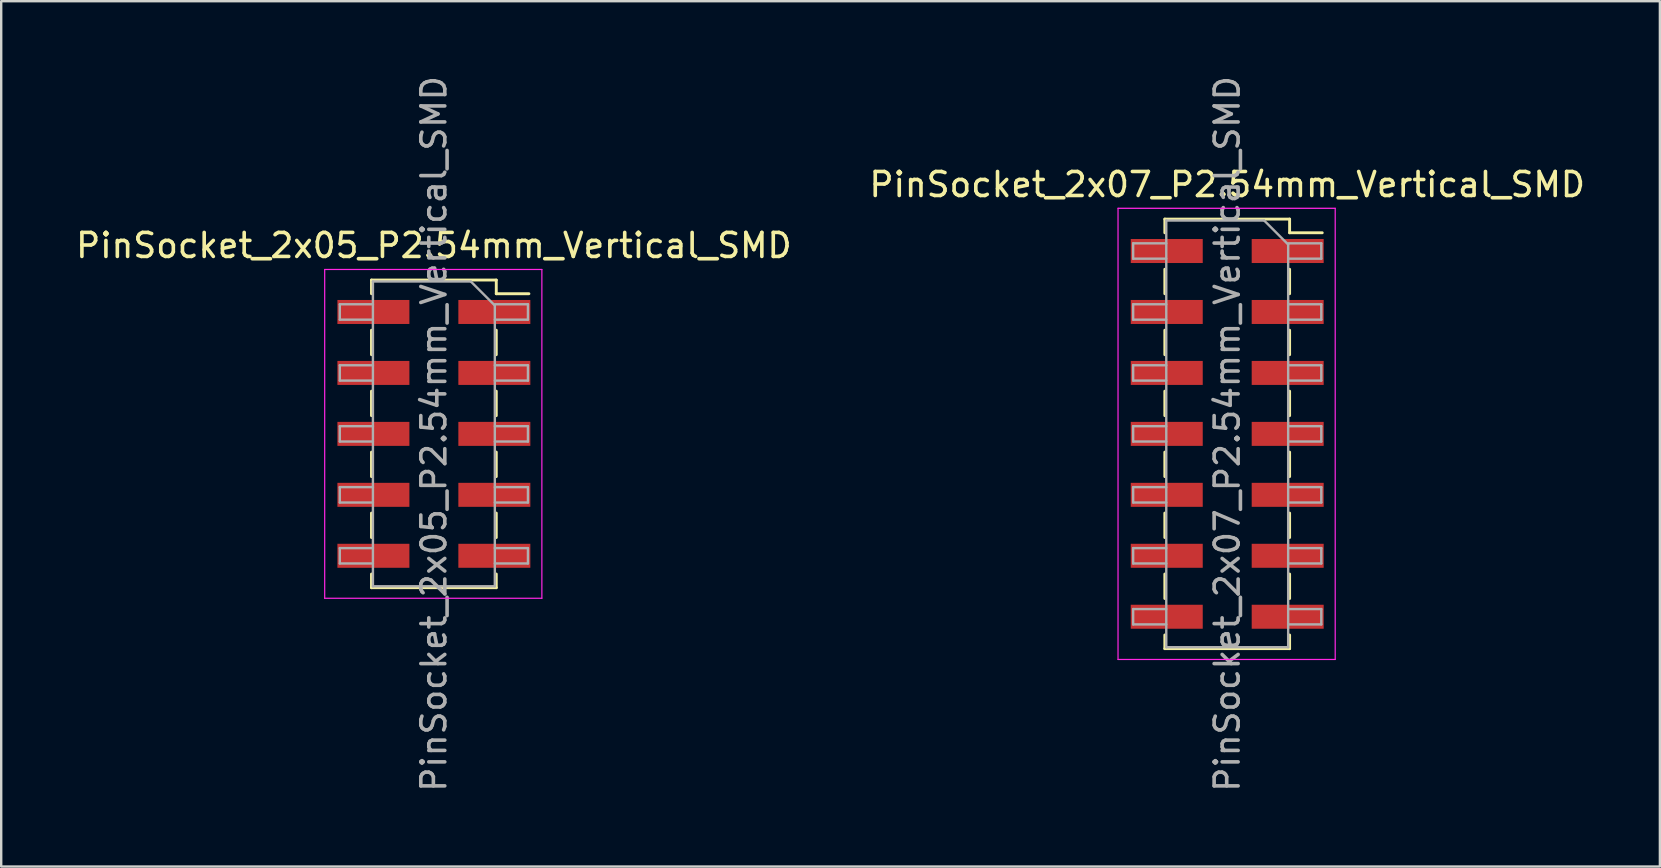
<source format=kicad_pcb>
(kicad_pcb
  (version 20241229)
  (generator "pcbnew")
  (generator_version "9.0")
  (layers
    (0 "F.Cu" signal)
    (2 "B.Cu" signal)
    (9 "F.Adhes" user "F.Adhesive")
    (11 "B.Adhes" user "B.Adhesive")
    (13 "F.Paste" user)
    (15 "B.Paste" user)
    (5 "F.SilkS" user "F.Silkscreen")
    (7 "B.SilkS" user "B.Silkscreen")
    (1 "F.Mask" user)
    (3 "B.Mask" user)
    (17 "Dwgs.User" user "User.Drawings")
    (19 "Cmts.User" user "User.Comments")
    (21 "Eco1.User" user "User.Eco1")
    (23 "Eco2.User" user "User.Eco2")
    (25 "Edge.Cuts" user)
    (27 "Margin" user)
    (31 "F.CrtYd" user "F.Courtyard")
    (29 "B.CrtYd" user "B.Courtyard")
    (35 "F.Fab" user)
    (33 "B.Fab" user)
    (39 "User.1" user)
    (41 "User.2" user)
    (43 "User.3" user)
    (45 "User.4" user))
  (footprint "PinSocket_2x07_P2.54mm_Vertical_SMD"
    (layer "F.Cu")
    (at 48.089 15.03)
    (property "Reference" "PinSocket_2x07_P2.54mm_Vertical_SMD" (at 0 -10.39 0) (layer "F.SilkS") (effects (font (size 1 1) (thickness 0.15))))
    (attr smd)
    (fp_line (start -2.6 -8.95) (end -2.6 -8.38) (stroke (width 0.12) (type solid)) (layer "F.SilkS"))
    (fp_line (start -2.6 -8.95) (end 2.6 -8.95) (stroke (width 0.12) (type solid)) (layer "F.SilkS"))
    (fp_line (start -2.6 -6.86) (end -2.6 -5.84) (stroke (width 0.12) (type solid)) (layer "F.SilkS"))
    (fp_line (start -2.6 -4.32) (end -2.6 -3.3) (stroke (width 0.12) (type solid)) (layer "F.SilkS"))
    (fp_line (start -2.6 -1.78) (end -2.6 -0.76) (stroke (width 0.12) (type solid)) (layer "F.SilkS"))
    (fp_line (start -2.6 0.76) (end -2.6 1.78) (stroke (width 0.12) (type solid)) (layer "F.SilkS"))
    (fp_line (start -2.6 3.3) (end -2.6 4.32) (stroke (width 0.12) (type solid)) (layer "F.SilkS"))
    (fp_line (start -2.6 5.84) (end -2.6 6.86) (stroke (width 0.12) (type solid)) (layer "F.SilkS"))
    (fp_line (start -2.6 8.38) (end -2.6 8.95) (stroke (width 0.12) (type solid)) (layer "F.SilkS"))
    (fp_line (start -2.6 8.95) (end 2.6 8.95) (stroke (width 0.12) (type solid)) (layer "F.SilkS"))
    (fp_line (start 2.6 -8.95) (end 2.6 -8.38) (stroke (width 0.12) (type solid)) (layer "F.SilkS"))
    (fp_line (start 2.6 -8.38) (end 3.96 -8.38) (stroke (width 0.12) (type solid)) (layer "F.SilkS"))
    (fp_line (start 2.6 -6.86) (end 2.6 -5.84) (stroke (width 0.12) (type solid)) (layer "F.SilkS"))
    (fp_line (start 2.6 -4.32) (end 2.6 -3.3) (stroke (width 0.12) (type solid)) (layer "F.SilkS"))
    (fp_line (start 2.6 -1.78) (end 2.6 -0.76) (stroke (width 0.12) (type solid)) (layer "F.SilkS"))
    (fp_line (start 2.6 0.76) (end 2.6 1.78) (stroke (width 0.12) (type solid)) (layer "F.SilkS"))
    (fp_line (start 2.6 3.3) (end 2.6 4.32) (stroke (width 0.12) (type solid)) (layer "F.SilkS"))
    (fp_line (start 2.6 5.84) (end 2.6 6.86) (stroke (width 0.12) (type solid)) (layer "F.SilkS"))
    (fp_line (start 2.6 8.38) (end 2.6 8.95) (stroke (width 0.12) (type solid)) (layer "F.SilkS"))
    (fp_line (start -4.55 -9.4) (end 4.5 -9.4) (stroke (width 0.05) (type solid)) (layer "F.CrtYd"))
    (fp_line (start -4.55 9.4) (end -4.55 -9.4) (stroke (width 0.05) (type solid)) (layer "F.CrtYd"))
    (fp_line (start 4.5 -9.4) (end 4.5 9.4) (stroke (width 0.05) (type solid)) (layer "F.CrtYd"))
    (fp_line (start 4.5 9.4) (end -4.55 9.4) (stroke (width 0.05) (type solid)) (layer "F.CrtYd"))
    (fp_line (start -3.92 -7.94) (end -2.54 -7.94) (stroke (width 0.1) (type solid)) (layer "F.Fab"))
    (fp_line (start -3.92 -7.3) (end -3.92 -7.94) (stroke (width 0.1) (type solid)) (layer "F.Fab"))
    (fp_line (start -3.92 -5.4) (end -2.54 -5.4) (stroke (width 0.1) (type solid)) (layer "F.Fab"))
    (fp_line (start -3.92 -4.76) (end -3.92 -5.4) (stroke (width 0.1) (type solid)) (layer "F.Fab"))
    (fp_line (start -3.92 -2.86) (end -2.54 -2.86) (stroke (width 0.1) (type solid)) (layer "F.Fab"))
    (fp_line (start -3.92 -2.22) (end -3.92 -2.86) (stroke (width 0.1) (type solid)) (layer "F.Fab"))
    (fp_line (start -3.92 -0.32) (end -2.54 -0.32) (stroke (width 0.1) (type solid)) (layer "F.Fab"))
    (fp_line (start -3.92 0.32) (end -3.92 -0.32) (stroke (width 0.1) (type solid)) (layer "F.Fab"))
    (fp_line (start -3.92 2.22) (end -2.54 2.22) (stroke (width 0.1) (type solid)) (layer "F.Fab"))
    (fp_line (start -3.92 2.86) (end -3.92 2.22) (stroke (width 0.1) (type solid)) (layer "F.Fab"))
    (fp_line (start -3.92 4.76) (end -2.54 4.76) (stroke (width 0.1) (type solid)) (layer "F.Fab"))
    (fp_line (start -3.92 5.4) (end -3.92 4.76) (stroke (width 0.1) (type solid)) (layer "F.Fab"))
    (fp_line (start -3.92 7.3) (end -2.54 7.3) (stroke (width 0.1) (type solid)) (layer "F.Fab"))
    (fp_line (start -3.92 7.94) (end -3.92 7.3) (stroke (width 0.1) (type solid)) (layer "F.Fab"))
    (fp_line (start -2.54 -8.89) (end 1.54 -8.89) (stroke (width 0.1) (type solid)) (layer "F.Fab"))
    (fp_line (start -2.54 -7.3) (end -3.92 -7.3) (stroke (width 0.1) (type solid)) (layer "F.Fab"))
    (fp_line (start -2.54 -4.76) (end -3.92 -4.76) (stroke (width 0.1) (type solid)) (layer "F.Fab"))
    (fp_line (start -2.54 -2.22) (end -3.92 -2.22) (stroke (width 0.1) (type solid)) (layer "F.Fab"))
    (fp_line (start -2.54 0.32) (end -3.92 0.32) (stroke (width 0.1) (type solid)) (layer "F.Fab"))
    (fp_line (start -2.54 2.86) (end -3.92 2.86) (stroke (width 0.1) (type solid)) (layer "F.Fab"))
    (fp_line (start -2.54 5.4) (end -3.92 5.4) (stroke (width 0.1) (type solid)) (layer "F.Fab"))
    (fp_line (start -2.54 7.94) (end -3.92 7.94) (stroke (width 0.1) (type solid)) (layer "F.Fab"))
    (fp_line (start -2.54 8.89) (end -2.54 -8.89) (stroke (width 0.1) (type solid)) (layer "F.Fab"))
    (fp_line (start 1.54 -8.89) (end 2.54 -7.89) (stroke (width 0.1) (type solid)) (layer "F.Fab"))
    (fp_line (start 2.54 -7.94) (end 3.92 -7.94) (stroke (width 0.1) (type solid)) (layer "F.Fab"))
    (fp_line (start 2.54 -7.89) (end 2.54 8.89) (stroke (width 0.1) (type solid)) (layer "F.Fab"))
    (fp_line (start 2.54 -5.4) (end 3.92 -5.4) (stroke (width 0.1) (type solid)) (layer "F.Fab"))
    (fp_line (start 2.54 -2.86) (end 3.92 -2.86) (stroke (width 0.1) (type solid)) (layer "F.Fab"))
    (fp_line (start 2.54 -0.32) (end 3.92 -0.32) (stroke (width 0.1) (type solid)) (layer "F.Fab"))
    (fp_line (start 2.54 2.22) (end 3.92 2.22) (stroke (width 0.1) (type solid)) (layer "F.Fab"))
    (fp_line (start 2.54 4.76) (end 3.92 4.76) (stroke (width 0.1) (type solid)) (layer "F.Fab"))
    (fp_line (start 2.54 7.3) (end 3.92 7.3) (stroke (width 0.1) (type solid)) (layer "F.Fab"))
    (fp_line (start 2.54 8.89) (end -2.54 8.89) (stroke (width 0.1) (type solid)) (layer "F.Fab"))
    (fp_line (start 3.92 -7.94) (end 3.92 -7.3) (stroke (width 0.1) (type solid)) (layer "F.Fab"))
    (fp_line (start 3.92 -7.3) (end 2.54 -7.3) (stroke (width 0.1) (type solid)) (layer "F.Fab"))
    (fp_line (start 3.92 -5.4) (end 3.92 -4.76) (stroke (width 0.1) (type solid)) (layer "F.Fab"))
    (fp_line (start 3.92 -4.76) (end 2.54 -4.76) (stroke (width 0.1) (type solid)) (layer "F.Fab"))
    (fp_line (start 3.92 -2.86) (end 3.92 -2.22) (stroke (width 0.1) (type solid)) (layer "F.Fab"))
    (fp_line (start 3.92 -2.22) (end 2.54 -2.22) (stroke (width 0.1) (type solid)) (layer "F.Fab"))
    (fp_line (start 3.92 -0.32) (end 3.92 0.32) (stroke (width 0.1) (type solid)) (layer "F.Fab"))
    (fp_line (start 3.92 0.32) (end 2.54 0.32) (stroke (width 0.1) (type solid)) (layer "F.Fab"))
    (fp_line (start 3.92 2.22) (end 3.92 2.86) (stroke (width 0.1) (type solid)) (layer "F.Fab"))
    (fp_line (start 3.92 2.86) (end 2.54 2.86) (stroke (width 0.1) (type solid)) (layer "F.Fab"))
    (fp_line (start 3.92 4.76) (end 3.92 5.4) (stroke (width 0.1) (type solid)) (layer "F.Fab"))
    (fp_line (start 3.92 5.4) (end 2.54 5.4) (stroke (width 0.1) (type solid)) (layer "F.Fab"))
    (fp_line (start 3.92 7.3) (end 3.92 7.94) (stroke (width 0.1) (type solid)) (layer "F.Fab"))
    (fp_line (start 3.92 7.94) (end 2.54 7.94) (stroke (width 0.1) (type solid)) (layer "F.Fab"))
    (fp_text user "${REFERENCE}" (at 0 0 90) (layer "F.Fab") (effects (font (size 1 1) (thickness 0.15))))
    (pad "1" smd rect (at 2.52 -7.62) (size 3 1) (layers "F.Cu" "F.Mask" "F.Paste"))
    (pad "2" smd rect (at -2.52 -7.62) (size 3 1) (layers "F.Cu" "F.Mask" "F.Paste"))
    (pad "3" smd rect (at 2.52 -5.08) (size 3 1) (layers "F.Cu" "F.Mask" "F.Paste"))
    (pad "4" smd rect (at -2.52 -5.08) (size 3 1) (layers "F.Cu" "F.Mask" "F.Paste"))
    (pad "5" smd rect (at 2.52 -2.54) (size 3 1) (layers "F.Cu" "F.Mask" "F.Paste"))
    (pad "6" smd rect (at -2.52 -2.54) (size 3 1) (layers "F.Cu" "F.Mask" "F.Paste"))
    (pad "7" smd rect (at 2.52 0) (size 3 1) (layers "F.Cu" "F.Mask" "F.Paste"))
    (pad "8" smd rect (at -2.52 0) (size 3 1) (layers "F.Cu" "F.Mask" "F.Paste"))
    (pad "9" smd rect (at 2.52 2.54) (size 3 1) (layers "F.Cu" "F.Mask" "F.Paste"))
    (pad "10" smd rect (at -2.52 2.54) (size 3 1) (layers "F.Cu" "F.Mask" "F.Paste"))
    (pad "11" smd rect (at 2.52 5.08) (size 3 1) (layers "F.Cu" "F.Mask" "F.Paste"))
    (pad "12" smd rect (at -2.52 5.08) (size 3 1) (layers "F.Cu" "F.Mask" "F.Paste"))
    (pad "13" smd rect (at 2.52 7.62) (size 3 1) (layers "F.Cu" "F.Mask" "F.Paste"))
    (pad "14" smd rect (at -2.52 7.62) (size 3 1) (layers "F.Cu" "F.Mask" "F.Paste")))
  (footprint "PinSocket_2x05_P2.54mm_Vertical_SMD"
    (layer "F.Cu")
    (at 15.03 15.03)
    (property "Reference" "PinSocket_2x05_P2.54mm_Vertical_SMD" (at 0 -7.85 0) (layer "F.SilkS") (effects (font (size 1 1) (thickness 0.15))))
    (attr smd)
    (fp_line (start -2.6 -6.41) (end -2.6 -5.84) (stroke (width 0.12) (type solid)) (layer "F.SilkS"))
    (fp_line (start -2.6 -6.41) (end 2.6 -6.41) (stroke (width 0.12) (type solid)) (layer "F.SilkS"))
    (fp_line (start -2.6 -4.32) (end -2.6 -3.3) (stroke (width 0.12) (type solid)) (layer "F.SilkS"))
    (fp_line (start -2.6 -1.78) (end -2.6 -0.76) (stroke (width 0.12) (type solid)) (layer "F.SilkS"))
    (fp_line (start -2.6 0.76) (end -2.6 1.78) (stroke (width 0.12) (type solid)) (layer "F.SilkS"))
    (fp_line (start -2.6 3.3) (end -2.6 4.32) (stroke (width 0.12) (type solid)) (layer "F.SilkS"))
    (fp_line (start -2.6 5.84) (end -2.6 6.41) (stroke (width 0.12) (type solid)) (layer "F.SilkS"))
    (fp_line (start -2.6 6.41) (end 2.6 6.41) (stroke (width 0.12) (type solid)) (layer "F.SilkS"))
    (fp_line (start 2.6 -6.41) (end 2.6 -5.84) (stroke (width 0.12) (type solid)) (layer "F.SilkS"))
    (fp_line (start 2.6 -5.84) (end 3.96 -5.84) (stroke (width 0.12) (type solid)) (layer "F.SilkS"))
    (fp_line (start 2.6 -4.32) (end 2.6 -3.3) (stroke (width 0.12) (type solid)) (layer "F.SilkS"))
    (fp_line (start 2.6 -1.78) (end 2.6 -0.76) (stroke (width 0.12) (type solid)) (layer "F.SilkS"))
    (fp_line (start 2.6 0.76) (end 2.6 1.78) (stroke (width 0.12) (type solid)) (layer "F.SilkS"))
    (fp_line (start 2.6 3.3) (end 2.6 4.32) (stroke (width 0.12) (type solid)) (layer "F.SilkS"))
    (fp_line (start 2.6 5.84) (end 2.6 6.41) (stroke (width 0.12) (type solid)) (layer "F.SilkS"))
    (fp_line (start -4.55 -6.85) (end 4.5 -6.85) (stroke (width 0.05) (type solid)) (layer "F.CrtYd"))
    (fp_line (start -4.55 6.85) (end -4.55 -6.85) (stroke (width 0.05) (type solid)) (layer "F.CrtYd"))
    (fp_line (start 4.5 -6.85) (end 4.5 6.85) (stroke (width 0.05) (type solid)) (layer "F.CrtYd"))
    (fp_line (start 4.5 6.85) (end -4.55 6.85) (stroke (width 0.05) (type solid)) (layer "F.CrtYd"))
    (fp_line (start -3.92 -5.4) (end -2.54 -5.4) (stroke (width 0.1) (type solid)) (layer "F.Fab"))
    (fp_line (start -3.92 -4.76) (end -3.92 -5.4) (stroke (width 0.1) (type solid)) (layer "F.Fab"))
    (fp_line (start -3.92 -2.86) (end -2.54 -2.86) (stroke (width 0.1) (type solid)) (layer "F.Fab"))
    (fp_line (start -3.92 -2.22) (end -3.92 -2.86) (stroke (width 0.1) (type solid)) (layer "F.Fab"))
    (fp_line (start -3.92 -0.32) (end -2.54 -0.32) (stroke (width 0.1) (type solid)) (layer "F.Fab"))
    (fp_line (start -3.92 0.32) (end -3.92 -0.32) (stroke (width 0.1) (type solid)) (layer "F.Fab"))
    (fp_line (start -3.92 2.22) (end -2.54 2.22) (stroke (width 0.1) (type solid)) (layer "F.Fab"))
    (fp_line (start -3.92 2.86) (end -3.92 2.22) (stroke (width 0.1) (type solid)) (layer "F.Fab"))
    (fp_line (start -3.92 4.76) (end -2.54 4.76) (stroke (width 0.1) (type solid)) (layer "F.Fab"))
    (fp_line (start -3.92 5.4) (end -3.92 4.76) (stroke (width 0.1) (type solid)) (layer "F.Fab"))
    (fp_line (start -2.54 -6.35) (end 1.54 -6.35) (stroke (width 0.1) (type solid)) (layer "F.Fab"))
    (fp_line (start -2.54 -4.76) (end -3.92 -4.76) (stroke (width 0.1) (type solid)) (layer "F.Fab"))
    (fp_line (start -2.54 -2.22) (end -3.92 -2.22) (stroke (width 0.1) (type solid)) (layer "F.Fab"))
    (fp_line (start -2.54 0.32) (end -3.92 0.32) (stroke (width 0.1) (type solid)) (layer "F.Fab"))
    (fp_line (start -2.54 2.86) (end -3.92 2.86) (stroke (width 0.1) (type solid)) (layer "F.Fab"))
    (fp_line (start -2.54 5.4) (end -3.92 5.4) (stroke (width 0.1) (type solid)) (layer "F.Fab"))
    (fp_line (start -2.54 6.35) (end -2.54 -6.35) (stroke (width 0.1) (type solid)) (layer "F.Fab"))
    (fp_line (start 1.54 -6.35) (end 2.54 -5.35) (stroke (width 0.1) (type solid)) (layer "F.Fab"))
    (fp_line (start 2.54 -5.4) (end 3.92 -5.4) (stroke (width 0.1) (type solid)) (layer "F.Fab"))
    (fp_line (start 2.54 -5.35) (end 2.54 6.35) (stroke (width 0.1) (type solid)) (layer "F.Fab"))
    (fp_line (start 2.54 -2.86) (end 3.92 -2.86) (stroke (width 0.1) (type solid)) (layer "F.Fab"))
    (fp_line (start 2.54 -0.32) (end 3.92 -0.32) (stroke (width 0.1) (type solid)) (layer "F.Fab"))
    (fp_line (start 2.54 2.22) (end 3.92 2.22) (stroke (width 0.1) (type solid)) (layer "F.Fab"))
    (fp_line (start 2.54 4.76) (end 3.92 4.76) (stroke (width 0.1) (type solid)) (layer "F.Fab"))
    (fp_line (start 2.54 6.35) (end -2.54 6.35) (stroke (width 0.1) (type solid)) (layer "F.Fab"))
    (fp_line (start 3.92 -5.4) (end 3.92 -4.76) (stroke (width 0.1) (type solid)) (layer "F.Fab"))
    (fp_line (start 3.92 -4.76) (end 2.54 -4.76) (stroke (width 0.1) (type solid)) (layer "F.Fab"))
    (fp_line (start 3.92 -2.86) (end 3.92 -2.22) (stroke (width 0.1) (type solid)) (layer "F.Fab"))
    (fp_line (start 3.92 -2.22) (end 2.54 -2.22) (stroke (width 0.1) (type solid)) (layer "F.Fab"))
    (fp_line (start 3.92 -0.32) (end 3.92 0.32) (stroke (width 0.1) (type solid)) (layer "F.Fab"))
    (fp_line (start 3.92 0.32) (end 2.54 0.32) (stroke (width 0.1) (type solid)) (layer "F.Fab"))
    (fp_line (start 3.92 2.22) (end 3.92 2.86) (stroke (width 0.1) (type solid)) (layer "F.Fab"))
    (fp_line (start 3.92 2.86) (end 2.54 2.86) (stroke (width 0.1) (type solid)) (layer "F.Fab"))
    (fp_line (start 3.92 4.76) (end 3.92 5.4) (stroke (width 0.1) (type solid)) (layer "F.Fab"))
    (fp_line (start 3.92 5.4) (end 2.54 5.4) (stroke (width 0.1) (type solid)) (layer "F.Fab"))
    (fp_text user "${REFERENCE}" (at 0 0 90) (layer "F.Fab") (effects (font (size 1 1) (thickness 0.15))))
    (pad "1" smd rect (at 2.52 -5.08) (size 3 1) (layers "F.Cu" "F.Mask" "F.Paste"))
    (pad "2" smd rect (at -2.52 -5.08) (size 3 1) (layers "F.Cu" "F.Mask" "F.Paste"))
    (pad "3" smd rect (at 2.52 -2.54) (size 3 1) (layers "F.Cu" "F.Mask" "F.Paste"))
    (pad "4" smd rect (at -2.52 -2.54) (size 3 1) (layers "F.Cu" "F.Mask" "F.Paste"))
    (pad "5" smd rect (at 2.52 0) (size 3 1) (layers "F.Cu" "F.Mask" "F.Paste"))
    (pad "6" smd rect (at -2.52 0) (size 3 1) (layers "F.Cu" "F.Mask" "F.Paste"))
    (pad "7" smd rect (at 2.52 2.54) (size 3 1) (layers "F.Cu" "F.Mask" "F.Paste"))
    (pad "8" smd rect (at -2.52 2.54) (size 3 1) (layers "F.Cu" "F.Mask" "F.Paste"))
    (pad "9" smd rect (at 2.52 5.08) (size 3 1) (layers "F.Cu" "F.Mask" "F.Paste"))
    (pad "10" smd rect (at -2.52 5.08) (size 3 1) (layers "F.Cu" "F.Mask" "F.Paste")))
  (gr_rect
    (start -3 -3)
    (end 66.119 33.06)
    (stroke (width 0.1) (type default))
    (fill no)
    (layer "Edge.Cuts")))
</source>
